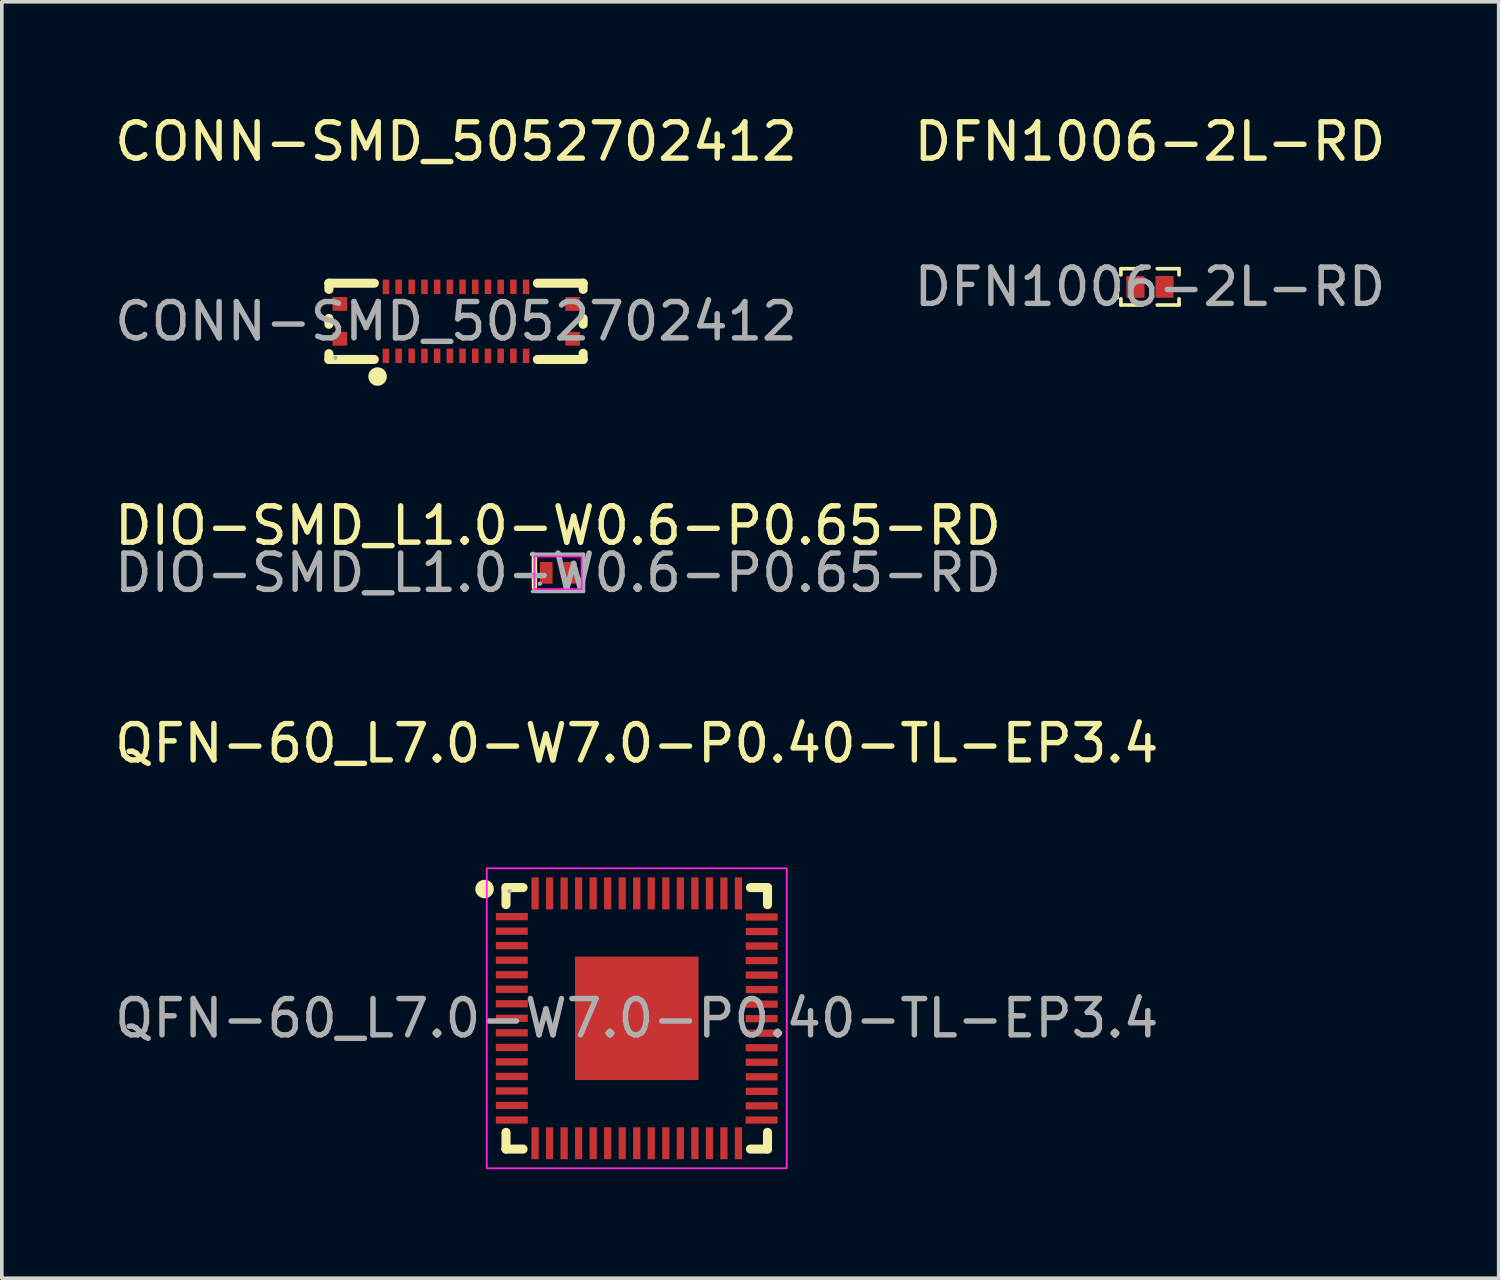
<source format=kicad_pcb>
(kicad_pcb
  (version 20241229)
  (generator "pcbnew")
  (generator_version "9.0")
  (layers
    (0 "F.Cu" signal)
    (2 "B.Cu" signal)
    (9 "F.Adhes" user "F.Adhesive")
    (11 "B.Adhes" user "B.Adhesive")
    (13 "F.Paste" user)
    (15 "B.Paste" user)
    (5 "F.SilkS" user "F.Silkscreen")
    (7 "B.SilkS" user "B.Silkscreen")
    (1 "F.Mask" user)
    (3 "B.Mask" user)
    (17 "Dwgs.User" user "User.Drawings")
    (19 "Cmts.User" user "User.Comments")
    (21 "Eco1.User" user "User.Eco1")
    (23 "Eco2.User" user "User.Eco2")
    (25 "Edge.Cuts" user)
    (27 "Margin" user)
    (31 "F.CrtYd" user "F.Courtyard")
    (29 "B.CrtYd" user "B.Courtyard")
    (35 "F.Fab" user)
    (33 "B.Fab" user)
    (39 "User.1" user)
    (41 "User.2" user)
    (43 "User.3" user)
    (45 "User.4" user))
  (footprint "QFN-60_L7.0-W7.0-P0.40-TL-EP3.4"
    (layer "F.Cu")
    (at 14.482 24.988)
    (property "Reference" "QFN-60_L7.0-W7.0-P0.40-TL-EP3.4" (at 0 -7.57 0) (layer "F.SilkS") (effects (font (size 1 1) (thickness 0.15))))
    (attr smd)
    (fp_line (start -3.6 -3.6) (end -3.6 -3.13) (stroke (width 0.25) (type solid)) (layer "F.SilkS"))
    (fp_line (start -3.6 3.14) (end -3.6 3.6) (stroke (width 0.25) (type solid)) (layer "F.SilkS"))
    (fp_line (start -3.6 3.6) (end -3.13 3.6) (stroke (width 0.25) (type solid)) (layer "F.SilkS"))
    (fp_line (start -3.2 -3.6) (end -3.6 -3.6) (stroke (width 0.25) (type solid)) (layer "F.SilkS"))
    (fp_line (start -3.13 -3.6) (end -3.2 -3.6) (stroke (width 0.25) (type solid)) (layer "F.SilkS"))
    (fp_line (start 3.13 3.6) (end 3.6 3.6) (stroke (width 0.25) (type solid)) (layer "F.SilkS"))
    (fp_line (start 3.6 -3.6) (end 3.13 -3.6) (stroke (width 0.25) (type solid)) (layer "F.SilkS"))
    (fp_line (start 3.6 -3.13) (end 3.6 -3.6) (stroke (width 0.25) (type solid)) (layer "F.SilkS"))
    (fp_line (start 3.6 3.6) (end 3.6 3.14) (stroke (width 0.25) (type solid)) (layer "F.SilkS"))
    (fp_circle (center -4.19 -3.56) (end -4.06 -3.56) (stroke (width 0.25) (type solid)) (fill no) (layer "F.SilkS"))
    (fp_rect (start -4.13 -4.13) (end 4.13 4.13) (stroke (width 0.05) (type default)) (fill no) (layer "F.CrtYd"))
    (fp_circle (center -3.5 -3.5) (end -3.47 -3.5) (stroke (width 0.06) (type solid)) (fill no) (layer "F.Fab"))
    (fp_text user "${REFERENCE}" (at 0 0 0) (layer "F.Fab") (effects (font (size 1 1) (thickness 0.15))))
    (pad "1" smd rect (at -3.44 -2.8) (size 0.88 0.2) (layers "F.Cu" "F.Mask" "F.Paste"))
    (pad "2" smd rect (at -3.44 -2.4) (size 0.88 0.2) (layers "F.Cu" "F.Mask" "F.Paste"))
    (pad "3" smd rect (at -3.44 -2) (size 0.88 0.2) (layers "F.Cu" "F.Mask" "F.Paste"))
    (pad "4" smd rect (at -3.44 -1.6) (size 0.88 0.2) (layers "F.Cu" "F.Mask" "F.Paste"))
    (pad "5" smd rect (at -3.44 -1.2) (size 0.88 0.2) (layers "F.Cu" "F.Mask" "F.Paste"))
    (pad "6" smd rect (at -3.44 -0.8) (size 0.88 0.2) (layers "F.Cu" "F.Mask" "F.Paste"))
    (pad "7" smd rect (at -3.44 -0.4) (size 0.88 0.2) (layers "F.Cu" "F.Mask" "F.Paste"))
    (pad "8" smd rect (at -3.44 0) (size 0.88 0.2) (layers "F.Cu" "F.Mask" "F.Paste"))
    (pad "9" smd rect (at -3.44 0.4) (size 0.88 0.2) (layers "F.Cu" "F.Mask" "F.Paste"))
    (pad "10" smd rect (at -3.44 0.8) (size 0.88 0.2) (layers "F.Cu" "F.Mask" "F.Paste"))
    (pad "11" smd rect (at -3.44 1.2) (size 0.88 0.2) (layers "F.Cu" "F.Mask" "F.Paste"))
    (pad "12" smd rect (at -3.44 1.6) (size 0.88 0.2) (layers "F.Cu" "F.Mask" "F.Paste"))
    (pad "13" smd rect (at -3.44 2) (size 0.88 0.2) (layers "F.Cu" "F.Mask" "F.Paste"))
    (pad "14" smd rect (at -3.44 2.4) (size 0.88 0.2) (layers "F.Cu" "F.Mask" "F.Paste"))
    (pad "15" smd rect (at -3.44 2.8) (size 0.88 0.2) (layers "F.Cu" "F.Mask" "F.Paste"))
    (pad "16" smd rect (at -2.8 3.44) (size 0.2 0.88) (layers "F.Cu" "F.Mask" "F.Paste"))
    (pad "17" smd rect (at -2.4 3.44) (size 0.2 0.88) (layers "F.Cu" "F.Mask" "F.Paste"))
    (pad "18" smd rect (at -2 3.44) (size 0.2 0.88) (layers "F.Cu" "F.Mask" "F.Paste"))
    (pad "19" smd rect (at -1.6 3.44) (size 0.2 0.88) (layers "F.Cu" "F.Mask" "F.Paste"))
    (pad "20" smd rect (at -1.2 3.44) (size 0.2 0.88) (layers "F.Cu" "F.Mask" "F.Paste"))
    (pad "21" smd rect (at -0.8 3.44) (size 0.2 0.88) (layers "F.Cu" "F.Mask" "F.Paste"))
    (pad "22" smd rect (at -0.4 3.44) (size 0.2 0.88) (layers "F.Cu" "F.Mask" "F.Paste"))
    (pad "23" smd rect (at 0 3.44) (size 0.2 0.88) (layers "F.Cu" "F.Mask" "F.Paste"))
    (pad "24" smd rect (at 0.4 3.44) (size 0.2 0.88) (layers "F.Cu" "F.Mask" "F.Paste"))
    (pad "25" smd rect (at 0.8 3.44) (size 0.2 0.88) (layers "F.Cu" "F.Mask" "F.Paste"))
    (pad "26" smd rect (at 1.2 3.44) (size 0.2 0.88) (layers "F.Cu" "F.Mask" "F.Paste"))
    (pad "27" smd rect (at 1.6 3.44) (size 0.2 0.88) (layers "F.Cu" "F.Mask" "F.Paste"))
    (pad "28" smd rect (at 2 3.44) (size 0.2 0.88) (layers "F.Cu" "F.Mask" "F.Paste"))
    (pad "29" smd rect (at 2.4 3.44) (size 0.2 0.88) (layers "F.Cu" "F.Mask" "F.Paste"))
    (pad "30" smd rect (at 2.8 3.44) (size 0.2 0.88) (layers "F.Cu" "F.Mask" "F.Paste"))
    (pad "31" smd rect (at 3.44 2.8) (size 0.88 0.2) (layers "F.Cu" "F.Mask" "F.Paste"))
    (pad "32" smd rect (at 3.44 2.41) (size 0.88 0.2) (layers "F.Cu" "F.Mask" "F.Paste"))
    (pad "33" smd rect (at 3.44 2.01) (size 0.88 0.2) (layers "F.Cu" "F.Mask" "F.Paste"))
    (pad "34" smd rect (at 3.44 1.61) (size 0.88 0.2) (layers "F.Cu" "F.Mask" "F.Paste"))
    (pad "35" smd rect (at 3.44 1.21) (size 0.88 0.2) (layers "F.Cu" "F.Mask" "F.Paste"))
    (pad "36" smd rect (at 3.44 0.81) (size 0.88 0.2) (layers "F.Cu" "F.Mask" "F.Paste"))
    (pad "37" smd rect (at 3.44 0.41) (size 0.88 0.2) (layers "F.Cu" "F.Mask" "F.Paste"))
    (pad "38" smd rect (at 3.44 0.01) (size 0.88 0.2) (layers "F.Cu" "F.Mask" "F.Paste"))
    (pad "39" smd rect (at 3.44 -0.39) (size 0.88 0.2) (layers "F.Cu" "F.Mask" "F.Paste"))
    (pad "40" smd rect (at 3.44 -0.79) (size 0.88 0.2) (layers "F.Cu" "F.Mask" "F.Paste"))
    (pad "41" smd rect (at 3.44 -1.19) (size 0.88 0.2) (layers "F.Cu" "F.Mask" "F.Paste"))
    (pad "42" smd rect (at 3.44 -1.59) (size 0.88 0.2) (layers "F.Cu" "F.Mask" "F.Paste"))
    (pad "43" smd rect (at 3.44 -1.99) (size 0.88 0.2) (layers "F.Cu" "F.Mask" "F.Paste"))
    (pad "44" smd rect (at 3.44 -2.39) (size 0.88 0.2) (layers "F.Cu" "F.Mask" "F.Paste"))
    (pad "45" smd rect (at 3.44 -2.79) (size 0.88 0.2) (layers "F.Cu" "F.Mask" "F.Paste"))
    (pad "46" smd rect (at 2.8 -3.44) (size 0.2 0.88) (layers "F.Cu" "F.Mask" "F.Paste"))
    (pad "47" smd rect (at 2.4 -3.44) (size 0.2 0.88) (layers "F.Cu" "F.Mask" "F.Paste"))
    (pad "48" smd rect (at 2 -3.44) (size 0.2 0.88) (layers "F.Cu" "F.Mask" "F.Paste"))
    (pad "49" smd rect (at 1.6 -3.44) (size 0.2 0.88) (layers "F.Cu" "F.Mask" "F.Paste"))
    (pad "50" smd rect (at 1.2 -3.44) (size 0.2 0.88) (layers "F.Cu" "F.Mask" "F.Paste"))
    (pad "51" smd rect (at 0.8 -3.44) (size 0.2 0.88) (layers "F.Cu" "F.Mask" "F.Paste"))
    (pad "52" smd rect (at 0.4 -3.44) (size 0.2 0.88) (layers "F.Cu" "F.Mask" "F.Paste"))
    (pad "53" smd rect (at 0 -3.44) (size 0.2 0.88) (layers "F.Cu" "F.Mask" "F.Paste"))
    (pad "54" smd rect (at -0.4 -3.44) (size 0.2 0.88) (layers "F.Cu" "F.Mask" "F.Paste"))
    (pad "55" smd rect (at -0.8 -3.44) (size 0.2 0.88) (layers "F.Cu" "F.Mask" "F.Paste"))
    (pad "56" smd rect (at -1.2 -3.44) (size 0.2 0.88) (layers "F.Cu" "F.Mask" "F.Paste"))
    (pad "57" smd rect (at -1.6 -3.44) (size 0.2 0.88) (layers "F.Cu" "F.Mask" "F.Paste"))
    (pad "58" smd rect (at -2 -3.44) (size 0.2 0.88) (layers "F.Cu" "F.Mask" "F.Paste"))
    (pad "59" smd rect (at -2.4 -3.44) (size 0.2 0.88) (layers "F.Cu" "F.Mask" "F.Paste"))
    (pad "60" smd rect (at -2.8 -3.44) (size 0.2 0.88) (layers "F.Cu" "F.Mask" "F.Paste"))
    (pad "61" smd rect (at 0 0) (size 3.4 3.4) (layers "F.Cu" "F.Mask" "F.Paste")))
  (footprint "DFN1006-2L-RD"
    (layer "F.Cu")
    (at 28.613 4.848)
    (property "Reference" "DFN1006-2L-RD" (at 0 -4 0) (layer "F.SilkS") (effects (font (size 1 1) (thickness 0.15))))
    (attr smd)
    (fp_line (start -0.9 -0.3) (end -0.9 0.3) (stroke (width 0.1) (type solid)) (layer "F.SilkS"))
    (fp_line (start -0.8 -0.5) (end -0.8 -0.33) (stroke (width 0.1) (type solid)) (layer "F.SilkS"))
    (fp_line (start -0.8 0.33) (end -0.8 0.5) (stroke (width 0.1) (type solid)) (layer "F.SilkS"))
    (fp_line (start -0.8 0.5) (end -0.2 0.5) (stroke (width 0.1) (type solid)) (layer "F.SilkS"))
    (fp_line (start -0.2 -0.5) (end -0.8 -0.5) (stroke (width 0.1) (type solid)) (layer "F.SilkS"))
    (fp_line (start 0.2 -0.5) (end 0.8 -0.5) (stroke (width 0.1) (type solid)) (layer "F.SilkS"))
    (fp_line (start 0.8 -0.5) (end 0.8 -0.33) (stroke (width 0.1) (type solid)) (layer "F.SilkS"))
    (fp_line (start 0.8 0.33) (end 0.8 0.5) (stroke (width 0.1) (type solid)) (layer "F.SilkS"))
    (fp_line (start 0.8 0.5) (end 0.2 0.5) (stroke (width 0.1) (type solid)) (layer "F.SilkS"))
    (fp_circle (center -0.5 0.3) (end -0.47 0.3) (stroke (width 0.06) (type solid)) (fill no) (layer "F.Fab"))
    (fp_text user "${REFERENCE}" (at 0 0 0) (layer "F.Fab") (effects (font (size 1 1) (thickness 0.15))))
    (pad "1" smd rect (at -0.4 0) (size 0.5 0.6) (layers "F.Cu" "F.Mask" "F.Paste"))
    (pad "2" smd rect (at 0.4 0) (size 0.5 0.6) (layers "F.Cu" "F.Mask" "F.Paste")))
  (footprint "CONN-SMD_5052702412"
    (layer "F.Cu")
    (at 9.506 5.798)
    (property "Reference" "CONN-SMD_5052702412" (at 0 -4.95 0) (layer "F.SilkS") (effects (font (size 1 1) (thickness 0.15))))
    (attr smd)
    (fp_line (start -3.5 -1.05) (end -3.5 -0.88) (stroke (width 0.25) (type solid)) (layer "F.SilkS"))
    (fp_line (start -3.5 -0.08) (end -3.5 0.08) (stroke (width 0.25) (type solid)) (layer "F.SilkS"))
    (fp_line (start -3.5 0.89) (end -3.5 1.05) (stroke (width 0.25) (type solid)) (layer "F.SilkS"))
    (fp_line (start -3.5 1.05) (end -2.25 1.05) (stroke (width 0.25) (type solid)) (layer "F.SilkS"))
    (fp_line (start -2.25 -1.05) (end -3.5 -1.05) (stroke (width 0.25) (type solid)) (layer "F.SilkS"))
    (fp_line (start 2.24 1.05) (end 3.5 1.05) (stroke (width 0.25) (type solid)) (layer "F.SilkS"))
    (fp_line (start 3.5 -1.05) (end 2.24 -1.05) (stroke (width 0.25) (type solid)) (layer "F.SilkS"))
    (fp_line (start 3.5 -0.88) (end 3.5 -1.05) (stroke (width 0.25) (type solid)) (layer "F.SilkS"))
    (fp_line (start 3.5 0.08) (end 3.5 -0.08) (stroke (width 0.25) (type solid)) (layer "F.SilkS"))
    (fp_line (start 3.5 1.05) (end 3.5 0.88) (stroke (width 0.25) (type solid)) (layer "F.SilkS"))
    (fp_circle (center -2.16 1.52) (end -2.03 1.52) (stroke (width 0.25) (type solid)) (fill no) (layer "F.SilkS"))
    (fp_circle (center -3.32 1) (end -3.29 1) (stroke (width 0.06) (type solid)) (fill no) (layer "F.Fab"))
    (fp_text user "${REFERENCE}" (at 0 0 0) (layer "F.Fab") (effects (font (size 1 1) (thickness 0.15))))
    (pad "1" smd rect (at -1.93 0.95) (size 0.18 0.4) (layers "F.Cu" "F.Mask" "F.Paste"))
    (pad "2" smd rect (at -1.58 0.95) (size 0.18 0.4) (layers "F.Cu" "F.Mask" "F.Paste"))
    (pad "3" smd rect (at -1.22 0.95) (size 0.18 0.4) (layers "F.Cu" "F.Mask" "F.Paste"))
    (pad "4" smd rect (at -0.87 0.95) (size 0.18 0.4) (layers "F.Cu" "F.Mask" "F.Paste"))
    (pad "5" smd rect (at -0.52 0.95) (size 0.18 0.4) (layers "F.Cu" "F.Mask" "F.Paste"))
    (pad "6" smd rect (at -0.17 0.95) (size 0.18 0.4) (layers "F.Cu" "F.Mask" "F.Paste"))
    (pad "7" smd rect (at 0.18 0.95) (size 0.18 0.4) (layers "F.Cu" "F.Mask" "F.Paste"))
    (pad "8" smd rect (at 0.53 0.95) (size 0.18 0.4) (layers "F.Cu" "F.Mask" "F.Paste"))
    (pad "9" smd rect (at 0.88 0.95) (size 0.18 0.4) (layers "F.Cu" "F.Mask" "F.Paste"))
    (pad "10" smd rect (at 1.23 0.95) (size 0.18 0.4) (layers "F.Cu" "F.Mask" "F.Paste"))
    (pad "11" smd rect (at 1.58 0.95) (size 0.18 0.4) (layers "F.Cu" "F.Mask" "F.Paste"))
    (pad "12" smd rect (at 1.93 0.95) (size 0.18 0.4) (layers "F.Cu" "F.Mask" "F.Paste"))
    (pad "13" smd rect (at 1.93 -0.95) (size 0.18 0.4) (layers "F.Cu" "F.Mask" "F.Paste"))
    (pad "14" smd rect (at 1.58 -0.95) (size 0.18 0.4) (layers "F.Cu" "F.Mask" "F.Paste"))
    (pad "15" smd rect (at 1.23 -0.95) (size 0.18 0.4) (layers "F.Cu" "F.Mask" "F.Paste"))
    (pad "16" smd rect (at 0.88 -0.95) (size 0.18 0.4) (layers "F.Cu" "F.Mask" "F.Paste"))
    (pad "17" smd rect (at 0.53 -0.95) (size 0.18 0.4) (layers "F.Cu" "F.Mask" "F.Paste"))
    (pad "18" smd rect (at 0.18 -0.95) (size 0.18 0.4) (layers "F.Cu" "F.Mask" "F.Paste"))
    (pad "19" smd rect (at -0.17 -0.95) (size 0.18 0.4) (layers "F.Cu" "F.Mask" "F.Paste"))
    (pad "20" smd rect (at -0.52 -0.95) (size 0.18 0.4) (layers "F.Cu" "F.Mask" "F.Paste"))
    (pad "21" smd rect (at -0.87 -0.95) (size 0.18 0.4) (layers "F.Cu" "F.Mask" "F.Paste"))
    (pad "22" smd rect (at -1.22 -0.95) (size 0.18 0.4) (layers "F.Cu" "F.Mask" "F.Paste"))
    (pad "23" smd rect (at -1.58 -0.95) (size 0.18 0.4) (layers "F.Cu" "F.Mask" "F.Paste"))
    (pad "24" smd rect (at -1.93 -0.95) (size 0.18 0.4) (layers "F.Cu" "F.Mask" "F.Paste"))
    (pad "25" smd rect (at -3.2 -0.48) (size 0.4 0.38) (layers "F.Cu" "F.Mask" "F.Paste"))
    (pad "26" smd rect (at -3.2 0.48) (size 0.4 0.38) (layers "F.Cu" "F.Mask" "F.Paste"))
    (pad "27" smd rect (at 3.21 0.48) (size 0.4 0.38) (layers "F.Cu" "F.Mask" "F.Paste"))
    (pad "28" smd rect (at 3.21 -0.48) (size 0.4 0.38) (layers "F.Cu" "F.Mask" "F.Paste")))
  (footprint "DIO-SMD_L1.0-W0.6-P0.65-RD"
    (layer "F.Cu")
    (at 12.315 12.722)
    (property "Reference" "DIO-SMD_L1.0-W0.6-P0.65-RD" (at 0 -1.3 0) (layer "F.SilkS") (effects (font (size 1 1) (thickness 0.15))))
    (attr smd)
    (fp_line (start -0.65 -0.4) (end -0.65 0.4) (stroke (width 0.15) (type solid)) (layer "F.SilkS"))
    (fp_rect (start -0.65 -0.45) (end 0.65 0.45) (stroke (width 0.05) (type default)) (fill no) (layer "F.CrtYd"))
    (fp_line (start -0.7 -0.51) (end -0.7 -0.51) (stroke (width 0.15) (type solid)) (layer "F.Fab"))
    (fp_line (start -0.7 -0.51) (end 0.7 -0.51) (stroke (width 0.1) (type solid)) (layer "F.Fab"))
    (fp_line (start 0.7 -0.51) (end 0.7 0.51) (stroke (width 0.1) (type solid)) (layer "F.Fab"))
    (fp_line (start 0.7 0.51) (end -0.7 0.51) (stroke (width 0.1) (type solid)) (layer "F.Fab"))
    (fp_circle (center -0.5 0.3) (end -0.47 0.3) (stroke (width 0.06) (type solid)) (fill no) (layer "F.Fab"))
    (fp_text user "${REFERENCE}" (at 0 0 0) (layer "F.Fab") (effects (font (size 1 1) (thickness 0.15))))
    (pad "1" smd rect (at -0.325 0) (size 0.35 0.6) (layers "F.Cu" "F.Mask" "F.Paste"))
    (pad "2" smd rect (at 0.325 0) (size 0.35 0.6) (layers "F.Cu" "F.Mask" "F.Paste")))
  (gr_rect
    (start -3 -3)
    (end 38.214 32.143)
    (stroke (width 0.1) (type default))
    (fill no)
    (layer "Edge.Cuts")))
</source>
